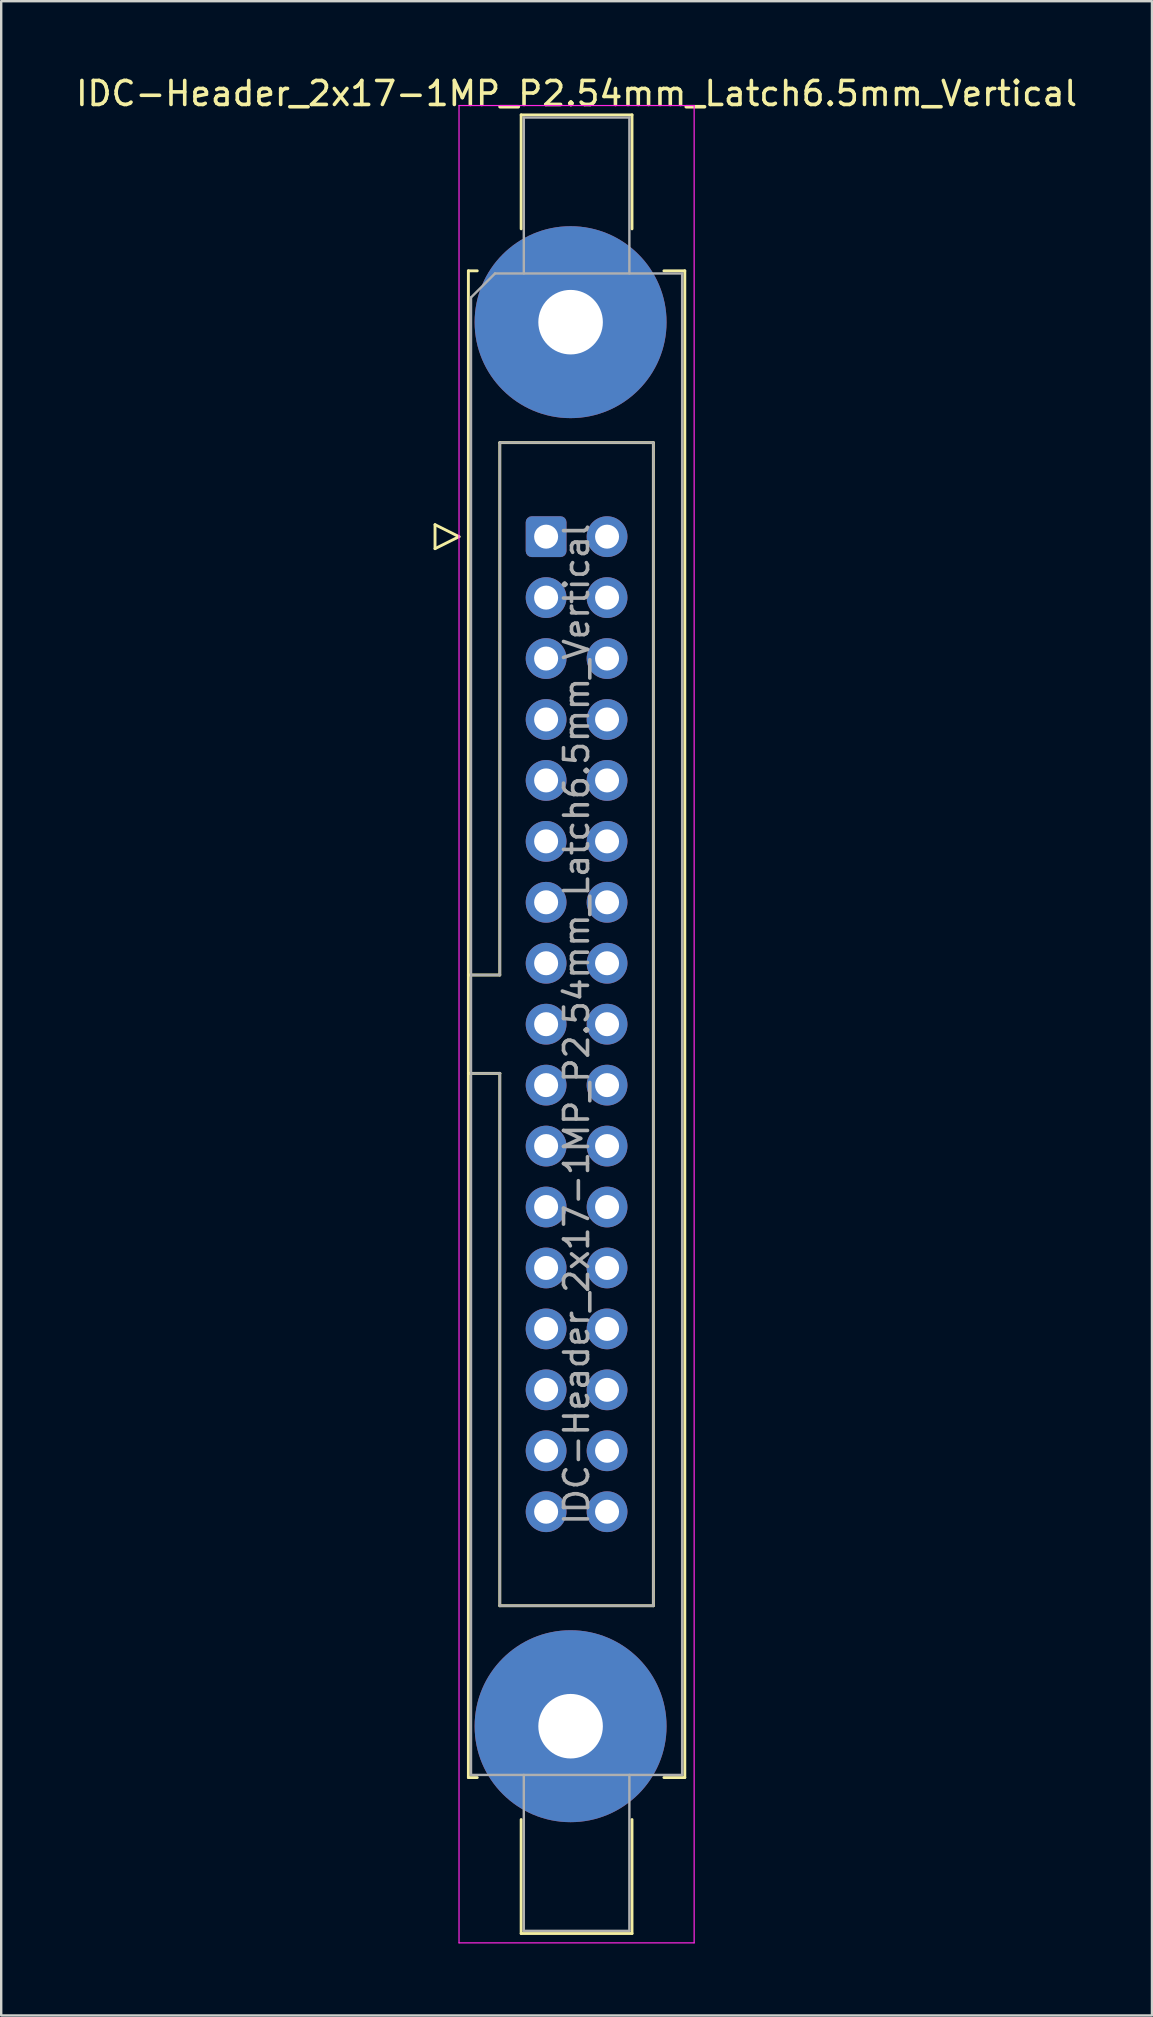
<source format=kicad_pcb>
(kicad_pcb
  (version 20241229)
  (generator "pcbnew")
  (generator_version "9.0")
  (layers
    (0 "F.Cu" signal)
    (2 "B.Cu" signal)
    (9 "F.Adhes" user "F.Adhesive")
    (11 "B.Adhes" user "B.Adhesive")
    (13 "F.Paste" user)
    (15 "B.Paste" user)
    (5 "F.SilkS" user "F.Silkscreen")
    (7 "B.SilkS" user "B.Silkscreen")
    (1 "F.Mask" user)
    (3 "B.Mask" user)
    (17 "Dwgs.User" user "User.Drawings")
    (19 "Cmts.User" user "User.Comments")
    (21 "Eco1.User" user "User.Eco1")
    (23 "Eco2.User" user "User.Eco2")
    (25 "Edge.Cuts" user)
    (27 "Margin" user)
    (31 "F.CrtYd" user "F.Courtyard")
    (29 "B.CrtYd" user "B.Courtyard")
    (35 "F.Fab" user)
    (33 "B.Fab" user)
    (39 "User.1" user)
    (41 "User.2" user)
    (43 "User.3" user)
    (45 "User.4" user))
  (footprint "IDC-Header_2x17-1MP_P2.54mm_Latch6.5mm_Vertical"
    (layer "F.Cu")
    (at 19.712 19.318)
    (property "Reference" "IDC-Header_2x17-1MP_P2.54mm_Latch6.5mm_Vertical" (at 1.27 -18.47 0) (layer "F.SilkS") (effects (font (size 1 1) (thickness 0.15))))
    (attr through_hole)
    (fp_line (start -4.63 -0.5) (end -4.63 0.5) (stroke (width 0.12) (type solid)) (layer "F.SilkS"))
    (fp_line (start -4.63 0.5) (end -3.63 0) (stroke (width 0.12) (type solid)) (layer "F.SilkS"))
    (fp_line (start -3.63 0) (end -4.63 -0.5) (stroke (width 0.12) (type solid)) (layer "F.SilkS"))
    (fp_line (start -3.24 -11.08) (end -3.24 51.72) (stroke (width 0.12) (type solid)) (layer "F.SilkS"))
    (fp_line (start -3.24 18.27) (end -1.93 18.27) (stroke (width 0.12) (type solid)) (layer "F.SilkS"))
    (fp_line (start -3.24 51.72) (end -2.87 51.72) (stroke (width 0.12) (type solid)) (layer "F.SilkS"))
    (fp_line (start -2.87 -11.08) (end -3.24 -11.08) (stroke (width 0.12) (type solid)) (layer "F.SilkS"))
    (fp_line (start -1.93 -3.92) (end 4.47 -3.92) (stroke (width 0.12) (type solid)) (layer "F.SilkS"))
    (fp_line (start -1.93 18.27) (end -1.93 -3.92) (stroke (width 0.12) (type solid)) (layer "F.SilkS"))
    (fp_line (start -1.93 22.37) (end -3.24 22.37) (stroke (width 0.12) (type solid)) (layer "F.SilkS"))
    (fp_line (start -1.93 22.37) (end -1.93 22.37) (stroke (width 0.12) (type solid)) (layer "F.SilkS"))
    (fp_line (start -1.93 44.56) (end -1.93 22.37) (stroke (width 0.12) (type solid)) (layer "F.SilkS"))
    (fp_line (start -1.04 -17.58) (end 3.58 -17.58) (stroke (width 0.12) (type solid)) (layer "F.SilkS"))
    (fp_line (start -1.04 -12.83) (end -1.04 -17.58) (stroke (width 0.12) (type solid)) (layer "F.SilkS"))
    (fp_line (start -1.04 53.47) (end -1.04 58.22) (stroke (width 0.12) (type solid)) (layer "F.SilkS"))
    (fp_line (start -1.04 58.22) (end 3.58 58.22) (stroke (width 0.12) (type solid)) (layer "F.SilkS"))
    (fp_line (start 3.58 -17.58) (end 3.58 -12.83) (stroke (width 0.12) (type solid)) (layer "F.SilkS"))
    (fp_line (start 3.58 58.22) (end 3.58 53.47) (stroke (width 0.12) (type solid)) (layer "F.SilkS"))
    (fp_line (start 4.47 -3.92) (end 4.47 44.56) (stroke (width 0.12) (type solid)) (layer "F.SilkS"))
    (fp_line (start 4.47 44.56) (end -1.93 44.56) (stroke (width 0.12) (type solid)) (layer "F.SilkS"))
    (fp_line (start 4.91 -11.08) (end 5.78 -11.08) (stroke (width 0.12) (type solid)) (layer "F.SilkS"))
    (fp_line (start 5.78 -11.08) (end 5.78 51.72) (stroke (width 0.12) (type solid)) (layer "F.SilkS"))
    (fp_line (start 5.78 51.72) (end 4.91 51.72) (stroke (width 0.12) (type solid)) (layer "F.SilkS"))
    (fp_line (start -3.63 -17.97) (end -3.63 58.61) (stroke (width 0.05) (type solid)) (layer "F.CrtYd"))
    (fp_line (start -3.63 58.61) (end 6.17 58.61) (stroke (width 0.05) (type solid)) (layer "F.CrtYd"))
    (fp_line (start 6.17 -17.97) (end -3.63 -17.97) (stroke (width 0.05) (type solid)) (layer "F.CrtYd"))
    (fp_line (start 6.17 58.61) (end 6.17 -17.97) (stroke (width 0.05) (type solid)) (layer "F.CrtYd"))
    (fp_line (start -3.13 -9.97) (end -2.13 -10.97) (stroke (width 0.1) (type solid)) (layer "F.Fab"))
    (fp_line (start -3.13 18.27) (end -1.93 18.27) (stroke (width 0.1) (type solid)) (layer "F.Fab"))
    (fp_line (start -3.13 51.61) (end -3.13 -9.97) (stroke (width 0.1) (type solid)) (layer "F.Fab"))
    (fp_line (start -2.13 -10.97) (end 5.67 -10.97) (stroke (width 0.1) (type solid)) (layer "F.Fab"))
    (fp_line (start -1.93 -3.92) (end 4.47 -3.92) (stroke (width 0.1) (type solid)) (layer "F.Fab"))
    (fp_line (start -1.93 18.27) (end -1.93 -3.92) (stroke (width 0.1) (type solid)) (layer "F.Fab"))
    (fp_line (start -1.93 22.37) (end -3.13 22.37) (stroke (width 0.1) (type solid)) (layer "F.Fab"))
    (fp_line (start -1.93 22.37) (end -1.93 22.37) (stroke (width 0.1) (type solid)) (layer "F.Fab"))
    (fp_line (start -1.93 44.56) (end -1.93 22.37) (stroke (width 0.1) (type solid)) (layer "F.Fab"))
    (fp_line (start -0.93 -17.47) (end 3.47 -17.47) (stroke (width 0.1) (type solid)) (layer "F.Fab"))
    (fp_line (start -0.93 -10.97) (end -0.93 -17.47) (stroke (width 0.1) (type solid)) (layer "F.Fab"))
    (fp_line (start -0.93 51.61) (end -0.93 58.11) (stroke (width 0.1) (type solid)) (layer "F.Fab"))
    (fp_line (start -0.93 58.11) (end 3.47 58.11) (stroke (width 0.1) (type solid)) (layer "F.Fab"))
    (fp_line (start 3.47 -17.47) (end 3.47 -10.97) (stroke (width 0.1) (type solid)) (layer "F.Fab"))
    (fp_line (start 3.47 58.11) (end 3.47 51.61) (stroke (width 0.1) (type solid)) (layer "F.Fab"))
    (fp_line (start 4.47 -3.92) (end 4.47 44.56) (stroke (width 0.1) (type solid)) (layer "F.Fab"))
    (fp_line (start 4.47 44.56) (end -1.93 44.56) (stroke (width 0.1) (type solid)) (layer "F.Fab"))
    (fp_line (start 5.67 -10.97) (end 5.67 51.61) (stroke (width 0.1) (type solid)) (layer "F.Fab"))
    (fp_line (start 5.67 51.61) (end -3.13 51.61) (stroke (width 0.1) (type solid)) (layer "F.Fab"))
    (fp_text user "${REFERENCE}" (at 1.27 20.32 90) (layer "F.Fab") (effects (font (size 1 1) (thickness 0.15))))
    (pad "1" thru_hole roundrect (at 0 0) (size 1.7 1.7) (drill 1) (layers "*.Cu" "*.Mask") (roundrect_rratio 0.147))
    (pad "2" thru_hole circle (at 2.54 0) (size 1.7 1.7) (drill 1) (layers "*.Cu" "*.Mask"))
    (pad "3" thru_hole circle (at 0 2.54) (size 1.7 1.7) (drill 1) (layers "*.Cu" "*.Mask"))
    (pad "4" thru_hole circle (at 2.54 2.54) (size 1.7 1.7) (drill 1) (layers "*.Cu" "*.Mask"))
    (pad "5" thru_hole circle (at 0 5.08) (size 1.7 1.7) (drill 1) (layers "*.Cu" "*.Mask"))
    (pad "6" thru_hole circle (at 2.54 5.08) (size 1.7 1.7) (drill 1) (layers "*.Cu" "*.Mask"))
    (pad "7" thru_hole circle (at 0 7.62) (size 1.7 1.7) (drill 1) (layers "*.Cu" "*.Mask"))
    (pad "8" thru_hole circle (at 2.54 7.62) (size 1.7 1.7) (drill 1) (layers "*.Cu" "*.Mask"))
    (pad "9" thru_hole circle (at 0 10.16) (size 1.7 1.7) (drill 1) (layers "*.Cu" "*.Mask"))
    (pad "10" thru_hole circle (at 2.54 10.16) (size 1.7 1.7) (drill 1) (layers "*.Cu" "*.Mask"))
    (pad "11" thru_hole circle (at 0 12.7) (size 1.7 1.7) (drill 1) (layers "*.Cu" "*.Mask"))
    (pad "12" thru_hole circle (at 2.54 12.7) (size 1.7 1.7) (drill 1) (layers "*.Cu" "*.Mask"))
    (pad "13" thru_hole circle (at 0 15.24) (size 1.7 1.7) (drill 1) (layers "*.Cu" "*.Mask"))
    (pad "14" thru_hole circle (at 2.54 15.24) (size 1.7 1.7) (drill 1) (layers "*.Cu" "*.Mask"))
    (pad "15" thru_hole circle (at 0 17.78) (size 1.7 1.7) (drill 1) (layers "*.Cu" "*.Mask"))
    (pad "16" thru_hole circle (at 2.54 17.78) (size 1.7 1.7) (drill 1) (layers "*.Cu" "*.Mask"))
    (pad "17" thru_hole circle (at 0 20.32) (size 1.7 1.7) (drill 1) (layers "*.Cu" "*.Mask"))
    (pad "18" thru_hole circle (at 2.54 20.32) (size 1.7 1.7) (drill 1) (layers "*.Cu" "*.Mask"))
    (pad "19" thru_hole circle (at 0 22.86) (size 1.7 1.7) (drill 1) (layers "*.Cu" "*.Mask"))
    (pad "20" thru_hole circle (at 2.54 22.86) (size 1.7 1.7) (drill 1) (layers "*.Cu" "*.Mask"))
    (pad "21" thru_hole circle (at 0 25.4) (size 1.7 1.7) (drill 1) (layers "*.Cu" "*.Mask"))
    (pad "22" thru_hole circle (at 2.54 25.4) (size 1.7 1.7) (drill 1) (layers "*.Cu" "*.Mask"))
    (pad "23" thru_hole circle (at 0 27.94) (size 1.7 1.7) (drill 1) (layers "*.Cu" "*.Mask"))
    (pad "24" thru_hole circle (at 2.54 27.94) (size 1.7 1.7) (drill 1) (layers "*.Cu" "*.Mask"))
    (pad "25" thru_hole circle (at 0 30.48) (size 1.7 1.7) (drill 1) (layers "*.Cu" "*.Mask"))
    (pad "26" thru_hole circle (at 2.54 30.48) (size 1.7 1.7) (drill 1) (layers "*.Cu" "*.Mask"))
    (pad "27" thru_hole circle (at 0 33.02) (size 1.7 1.7) (drill 1) (layers "*.Cu" "*.Mask"))
    (pad "28" thru_hole circle (at 2.54 33.02) (size 1.7 1.7) (drill 1) (layers "*.Cu" "*.Mask"))
    (pad "29" thru_hole circle (at 0 35.56) (size 1.7 1.7) (drill 1) (layers "*.Cu" "*.Mask"))
    (pad "30" thru_hole circle (at 2.54 35.56) (size 1.7 1.7) (drill 1) (layers "*.Cu" "*.Mask"))
    (pad "31" thru_hole circle (at 0 38.1) (size 1.7 1.7) (drill 1) (layers "*.Cu" "*.Mask"))
    (pad "32" thru_hole circle (at 2.54 38.1) (size 1.7 1.7) (drill 1) (layers "*.Cu" "*.Mask"))
    (pad "33" thru_hole circle (at 0 40.64) (size 1.7 1.7) (drill 1) (layers "*.Cu" "*.Mask"))
    (pad "34" thru_hole circle (at 2.54 40.64) (size 1.7 1.7) (drill 1) (layers "*.Cu" "*.Mask"))
    (pad "MP" thru_hole circle (at 1.02 -8.94) (size 8 8) (drill 2.69) (layers "*.Cu" "*.Mask"))
    (pad "MP" thru_hole circle (at 1.02 49.58) (size 8 8) (drill 2.69) (layers "*.Cu" "*.Mask")))
  (gr_rect
    (start -3 -3)
    (end 44.964 80.953)
    (stroke (width 0.1) (type default))
    (fill no)
    (layer "Edge.Cuts")))
</source>
